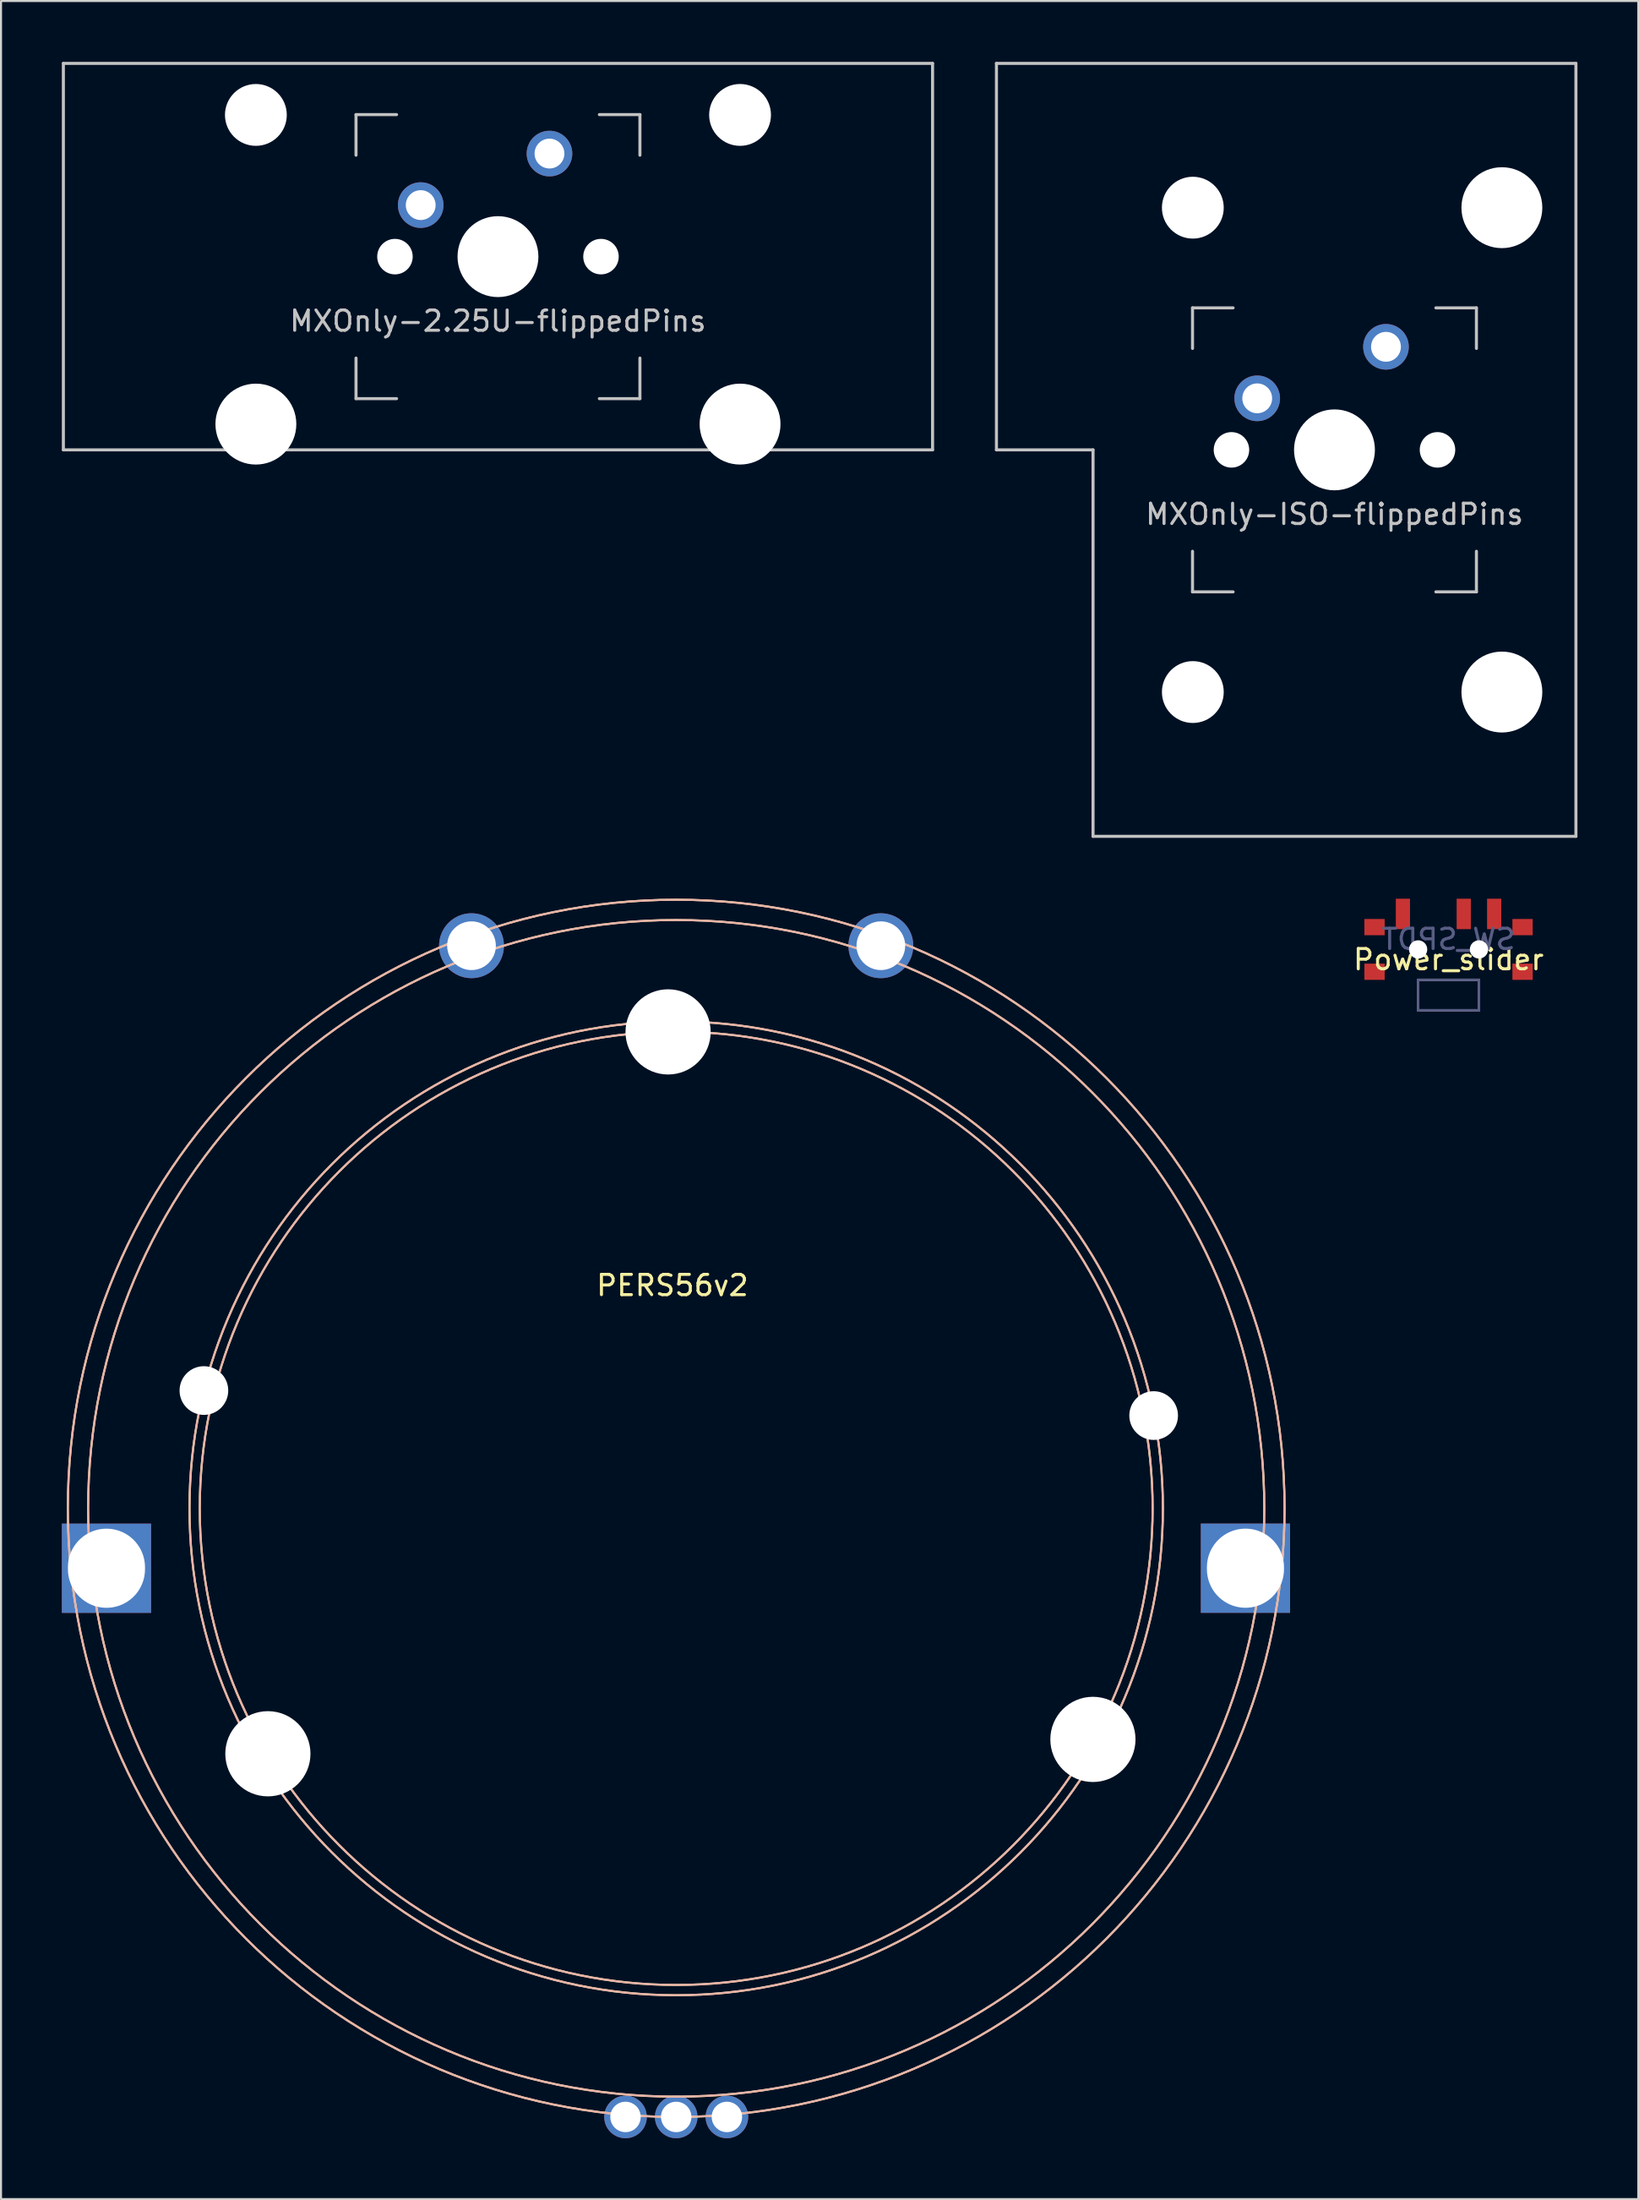
<source format=kicad_pcb>
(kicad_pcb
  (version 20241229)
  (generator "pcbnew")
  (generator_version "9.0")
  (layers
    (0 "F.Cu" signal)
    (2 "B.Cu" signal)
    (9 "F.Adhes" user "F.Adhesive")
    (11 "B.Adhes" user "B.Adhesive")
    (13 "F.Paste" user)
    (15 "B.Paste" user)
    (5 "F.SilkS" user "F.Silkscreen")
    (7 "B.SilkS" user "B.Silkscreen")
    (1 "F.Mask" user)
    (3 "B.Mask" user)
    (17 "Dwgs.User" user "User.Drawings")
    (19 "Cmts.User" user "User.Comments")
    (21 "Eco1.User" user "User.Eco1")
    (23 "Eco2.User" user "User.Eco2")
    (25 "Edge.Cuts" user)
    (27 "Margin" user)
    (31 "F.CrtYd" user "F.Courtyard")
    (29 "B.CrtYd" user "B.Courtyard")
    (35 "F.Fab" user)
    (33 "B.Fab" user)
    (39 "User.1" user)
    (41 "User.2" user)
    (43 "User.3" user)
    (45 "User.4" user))
  (footprint "MXOnly-ISO-flippedPins"
    (layer "F.Cu")
    (at 62.756 19.125)
    (property "Reference" "MXOnly-ISO-flippedPins" (at 0 3.175 0) (layer "Dwgs.User") (effects (font (size 1 1) (thickness 0.15))))
    (attr through_hole)
    (fp_line (start -16.669 -19.05) (end -16.669 0) (stroke (width 0.15) (type solid)) (layer "Dwgs.User"))
    (fp_line (start -16.669 -19.05) (end 11.906 -19.05) (stroke (width 0.15) (type solid)) (layer "Dwgs.User"))
    (fp_line (start -11.906 0) (end -16.669 0) (stroke (width 0.15) (type solid)) (layer "Dwgs.User"))
    (fp_line (start -11.906 19.05) (end -11.906 0) (stroke (width 0.15) (type solid)) (layer "Dwgs.User"))
    (fp_line (start -11.906 19.05) (end 11.906 19.05) (stroke (width 0.15) (type solid)) (layer "Dwgs.User"))
    (fp_line (start -7 -7) (end -7 -5) (stroke (width 0.15) (type solid)) (layer "Dwgs.User"))
    (fp_line (start -7 5) (end -7 7) (stroke (width 0.15) (type solid)) (layer "Dwgs.User"))
    (fp_line (start -7 7) (end -5 7) (stroke (width 0.15) (type solid)) (layer "Dwgs.User"))
    (fp_line (start -5 -7) (end -7 -7) (stroke (width 0.15) (type solid)) (layer "Dwgs.User"))
    (fp_line (start 5 -7) (end 7 -7) (stroke (width 0.15) (type solid)) (layer "Dwgs.User"))
    (fp_line (start 5 7) (end 7 7) (stroke (width 0.15) (type solid)) (layer "Dwgs.User"))
    (fp_line (start 7 -7) (end 7 -5) (stroke (width 0.15) (type solid)) (layer "Dwgs.User"))
    (fp_line (start 7 7) (end 7 5) (stroke (width 0.15) (type solid)) (layer "Dwgs.User"))
    (fp_line (start 11.906 -19.05) (end 11.906 19.05) (stroke (width 0.15) (type solid)) (layer "Dwgs.User"))
    (pad "" np_thru_hole circle (at -6.985 -11.938) (size 3.048 3.048) (drill 3.048) (layers "*.Cu" "*.Mask"))
    (pad "" np_thru_hole circle (at -6.985 11.938) (size 3.048 3.048) (drill 3.048) (layers "*.Cu" "*.Mask"))
    (pad "" np_thru_hole circle (at -5.08 0 48.1) (size 1.75 1.75) (drill 1.75) (layers "*.Cu" "*.Mask"))
    (pad "" np_thru_hole circle (at 0 0) (size 3.988 3.988) (drill 3.988) (layers "*.Cu" "*.Mask"))
    (pad "" np_thru_hole circle (at 5.08 0 48.1) (size 1.75 1.75) (drill 1.75) (layers "*.Cu" "*.Mask"))
    (pad "" np_thru_hole circle (at 8.255 -11.938) (size 3.988 3.988) (drill 3.988) (layers "*.Cu" "*.Mask"))
    (pad "" np_thru_hole circle (at 8.255 11.938) (size 3.988 3.988) (drill 3.988) (layers "*.Cu" "*.Mask"))
    (pad "1" thru_hole circle (at 2.54 -5.08) (size 2.25 2.25) (drill 1.47) (layers "*.Cu" "*.Mask"))
    (pad "2" thru_hole circle (at -3.81 -2.54) (size 2.25 2.25) (drill 1.47) (layers "*.Cu" "*.Mask")))
  (footprint "Power_slider"
    (layer "F.Cu")
    (at 68.381 43.75)
    (property "Reference" "Power_slider" (at 0 0.5 180) (layer "F.SilkS") (effects (font (size 1 1) (thickness 0.15))))
    (fp_poly (pts (xy -4.1 -0.75) (xy -4.1 -1.45) (xy -3.2 -1.45) (xy -3.2 -0.75)) (stroke (width 0.1) (type solid)) (fill yes) (layer "F.Mask"))
    (fp_poly (pts (xy -4.1 1.45) (xy -4.1 0.75) (xy -3.2 0.75) (xy -3.2 1.45)) (stroke (width 0.1) (type solid)) (fill yes) (layer "F.Mask"))
    (fp_poly (pts (xy -2.55 -1.05) (xy -2.55 -2.45) (xy -1.95 -2.45) (xy -1.95 -1.05)) (stroke (width 0.1) (type solid)) (fill yes) (layer "F.Mask"))
    (fp_poly (pts (xy 0.45 -1.05) (xy 0.45 -2.45) (xy 1.05 -2.45) (xy 1.05 -1.05)) (stroke (width 0.1) (type solid)) (fill yes) (layer "F.Mask"))
    (fp_poly (pts (xy 1.95 -1.05) (xy 1.95 -2.45) (xy 2.55 -2.45) (xy 2.55 -1.05)) (stroke (width 0.1) (type solid)) (fill yes) (layer "F.Mask"))
    (fp_poly (pts (xy 3.2 -0.75) (xy 3.2 -1.45) (xy 4.1 -1.45) (xy 4.1 -0.75)) (stroke (width 0.1) (type solid)) (fill yes) (layer "F.Mask"))
    (fp_poly (pts (xy 3.2 1.45) (xy 3.2 0.75) (xy 4.1 0.75) (xy 4.1 1.45)) (stroke (width 0.1) (type solid)) (fill yes) (layer "F.Mask"))
    (fp_line (start -1.5 1.5) (end 1.5 1.5) (stroke (width 0.12) (type solid)) (layer "B.Fab"))
    (fp_line (start -1.5 3) (end -1.5 1.5) (stroke (width 0.12) (type solid)) (layer "B.Fab"))
    (fp_line (start 1.5 1.5) (end 1.5 3) (stroke (width 0.12) (type solid)) (layer "B.Fab"))
    (fp_line (start 1.5 3) (end -1.5 3) (stroke (width 0.12) (type solid)) (layer "B.Fab"))
    (fp_line (start -1.5 1.5) (end -1.5 3) (stroke (width 0.12) (type solid)) (layer "F.Fab"))
    (fp_line (start -1.5 3) (end 1.5 3) (stroke (width 0.12) (type solid)) (layer "F.Fab"))
    (fp_line (start 1.5 1.5) (end -1.5 1.5) (stroke (width 0.12) (type solid)) (layer "F.Fab"))
    (fp_line (start 1.5 3) (end 1.5 1.5) (stroke (width 0.12) (type solid)) (layer "F.Fab"))
    (fp_text user "SW_SPDT" (at 0 -0.5 180) (layer "B.Fab") (effects (font (size 1 1) (thickness 0.15)) (justify mirror)))
    (pad "" smd rect (at -3.65 -1.1) (size 1 0.8) (layers "F.Cu"))
    (pad "" smd rect (at -3.65 1.1) (size 1 0.8) (layers "F.Cu"))
    (pad "" np_thru_hole circle (at -1.5 0 180) (size 0.9 0.9) (drill 0.9) (layers "*.Cu" "*.Mask"))
    (pad "" np_thru_hole circle (at 1.5 0) (size 0.9 0.9) (drill 0.9) (layers "*.Cu" "*.Mask"))
    (pad "" smd rect (at 3.65 -1.1) (size 1 0.8) (layers "F.Cu"))
    (pad "" smd rect (at 3.65 1.1) (size 1 0.8) (layers "F.Cu"))
    (pad "1" smd rect (at -2.25 -1.75) (size 0.7 1.5) (layers "F.Cu"))
    (pad "2" smd rect (at 0.75 -1.75) (size 0.7 1.5) (layers "F.Cu"))
    (pad "3" smd rect (at 2.25 -1.75) (size 0.7 1.5) (layers "F.Cu")))
  (footprint "MXOnly-2.25U-flippedPins"
    (layer "F.Cu")
    (at 21.506 9.6)
    (property "Reference" "MXOnly-2.25U-flippedPins" (at 0 3.175 0) (layer "Dwgs.User") (effects (font (size 1 1) (thickness 0.15))))
    (attr through_hole)
    (fp_line (start -21.431 -9.525) (end 21.431 -9.525) (stroke (width 0.15) (type solid)) (layer "Dwgs.User"))
    (fp_line (start -21.431 9.525) (end -21.431 -9.525) (stroke (width 0.15) (type solid)) (layer "Dwgs.User"))
    (fp_line (start -21.431 9.525) (end 21.431 9.525) (stroke (width 0.15) (type solid)) (layer "Dwgs.User"))
    (fp_line (start -7 -7) (end -7 -5) (stroke (width 0.15) (type solid)) (layer "Dwgs.User"))
    (fp_line (start -7 5) (end -7 7) (stroke (width 0.15) (type solid)) (layer "Dwgs.User"))
    (fp_line (start -7 7) (end -5 7) (stroke (width 0.15) (type solid)) (layer "Dwgs.User"))
    (fp_line (start -5 -7) (end -7 -7) (stroke (width 0.15) (type solid)) (layer "Dwgs.User"))
    (fp_line (start 5 -7) (end 7 -7) (stroke (width 0.15) (type solid)) (layer "Dwgs.User"))
    (fp_line (start 5 7) (end 7 7) (stroke (width 0.15) (type solid)) (layer "Dwgs.User"))
    (fp_line (start 7 -7) (end 7 -5) (stroke (width 0.15) (type solid)) (layer "Dwgs.User"))
    (fp_line (start 7 7) (end 7 5) (stroke (width 0.15) (type solid)) (layer "Dwgs.User"))
    (fp_line (start 21.431 -9.525) (end 21.431 9.525) (stroke (width 0.15) (type solid)) (layer "Dwgs.User"))
    (pad "" np_thru_hole circle (at -11.938 -6.985) (size 3.048 3.048) (drill 3.048) (layers "*.Cu" "*.Mask"))
    (pad "" np_thru_hole circle (at -11.938 8.255) (size 3.988 3.988) (drill 3.988) (layers "*.Cu" "*.Mask"))
    (pad "" np_thru_hole circle (at -5.08 0 48.1) (size 1.75 1.75) (drill 1.75) (layers "*.Cu" "*.Mask"))
    (pad "" np_thru_hole circle (at 0 0) (size 3.988 3.988) (drill 3.988) (layers "*.Cu" "*.Mask"))
    (pad "" np_thru_hole circle (at 5.08 0 48.1) (size 1.75 1.75) (drill 1.75) (layers "*.Cu" "*.Mask"))
    (pad "" np_thru_hole circle (at 11.938 -6.985) (size 3.048 3.048) (drill 3.048) (layers "*.Cu" "*.Mask"))
    (pad "" np_thru_hole circle (at 11.938 8.255) (size 3.988 3.988) (drill 3.988) (layers "*.Cu" "*.Mask"))
    (pad "1" thru_hole circle (at 2.54 -5.08) (size 2.25 2.25) (drill 1.47) (layers "*.Cu" "*.Mask"))
    (pad "2" thru_hole circle (at -3.81 -2.54) (size 2.25 2.25) (drill 1.47) (layers "*.Cu" "*.Mask")))
  (footprint "PERS56v2"
    (layer "F.Cu")
    (at 30.295 71.3)
    (property "Reference" "PERS56v2" (at -0.186 -10.989 0) (unlocked yes) (layer "F.SilkS") (effects (font (size 1 1) (thickness 0.15))))
    (attr through_hole)
    (fp_circle (center 0 0) (end 23.494 0) (stroke (width 0.1) (type solid)) (fill no) (layer "F.SilkS"))
    (fp_circle (center 0 0) (end 24 0) (stroke (width 0.1) (type solid)) (fill no) (layer "F.SilkS"))
    (fp_circle (center 0 0) (end 29 0) (stroke (width 0.1) (type solid)) (fill no) (layer "F.SilkS"))
    (fp_circle (center 0 0) (end 30 0) (stroke (width 0.1) (type solid)) (fill no) (layer "F.SilkS"))
    (fp_circle (center 0 0) (end 23.494 0) (stroke (width 0.1) (type solid)) (fill no) (layer "B.SilkS"))
    (fp_circle (center 0 0) (end 24 0) (stroke (width 0.1) (type solid)) (fill no) (layer "B.SilkS"))
    (fp_circle (center 0 0) (end 29 0) (stroke (width 0.1) (type solid)) (fill no) (layer "B.SilkS"))
    (fp_circle (center 0 0) (end 30 0) (stroke (width 0.1) (type solid)) (fill no) (layer "B.SilkS"))
    (fp_circle (center -28.095 2.953) (end -26.345 2.953) (stroke (width 0.1) (type solid)) (fill no) (layer "User.7"))
    (fp_circle (center -23.29 -5.806) (end -22.19 -5.806) (stroke (width 0.1) (type solid)) (fill no) (layer "User.7"))
    (fp_circle (center -20.135 12.098) (end -18.135 12.098) (stroke (width 0.1) (type solid)) (fill no) (layer "User.7"))
    (fp_circle (center -10.094 -27.733) (end -8.994 -27.733) (stroke (width 0.1) (type solid)) (fill no) (layer "User.7"))
    (fp_circle (center -2.5 30) (end -1.95 30) (stroke (width 0.1) (type solid)) (fill no) (layer "User.7"))
    (fp_circle (center -0.4 -23.485) (end 1.6 -23.485) (stroke (width 0.1) (type solid)) (fill no) (layer "User.7"))
    (fp_circle (center 0 30) (end 0.55 30) (stroke (width 0.1) (type solid)) (fill no) (layer "User.7"))
    (fp_circle (center 2.5 30) (end 3.05 30) (stroke (width 0.1) (type solid)) (fill no) (layer "User.7"))
    (fp_circle (center 10.092 -27.733) (end 11.192 -27.733) (stroke (width 0.1) (type solid)) (fill no) (layer "User.7"))
    (fp_circle (center 20.549 11.39) (end 22.549 11.39) (stroke (width 0.1) (type solid)) (fill no) (layer "User.7"))
    (fp_circle (center 23.544 -4.573) (end 24.644 -4.573) (stroke (width 0.1) (type solid)) (fill no) (layer "User.7"))
    (fp_circle (center 28.071 2.951) (end 29.821 2.951) (stroke (width 0.1) (type solid)) (fill no) (layer "User.7"))
    (fp_line (start 0 -30) (end 0 30) (stroke (width 0.1) (type solid)) (layer "User.8"))
    (fp_line (start 0 0) (end -29.836 3.136) (stroke (width 0.1) (type solid)) (layer "User.8"))
    (fp_line (start 0 0) (end -29.052 -7.243) (stroke (width 0.1) (type solid)) (layer "User.8"))
    (fp_line (start 0 0) (end -25.715 15.451) (stroke (width 0.1) (type solid)) (layer "User.8"))
    (fp_line (start 0 0) (end -10.261 -28.191) (stroke (width 0.1) (type solid)) (layer "User.8"))
    (fp_line (start 0 0) (end -0.524 -29.995) (stroke (width 0.1) (type solid)) (layer "User.8"))
    (fp_line (start 0 0) (end 10.261 -28.191) (stroke (width 0.1) (type solid)) (layer "User.8"))
    (fp_line (start 0 0) (end 26.239 14.544) (stroke (width 0.1) (type solid)) (layer "User.8"))
    (fp_line (start 0 0) (end 29.455 -5.725) (stroke (width 0.1) (type solid)) (layer "User.8"))
    (fp_line (start 0 0) (end 29.95 3.148) (stroke (width 0.1) (type solid)) (layer "User.8"))
    (fp_line (start 0 0) (end 30 0) (stroke (width 0.1) (type solid)) (layer "User.8"))
    (pad "" np_thru_hole circle (at -23.29 -5.806) (size 2.4 2.4) (drill 2.4) (layers "*.Cu" "*.Mask"))
    (pad "" np_thru_hole circle (at -20.135 12.098) (size 4.2 4.2) (drill 4.2) (layers "*.Cu" "*.Mask"))
    (pad "" thru_hole circle (at -10.094 -27.733) (size 3.2 3.2) (drill 2.4) (layers "*.Cu" "*.Mask"))
    (pad "" np_thru_hole circle (at -0.4 -23.485) (size 4.2 4.2) (drill 4.2) (layers "*.Cu" "*.Mask"))
    (pad "" thru_hole circle (at 10.092 -27.733) (size 3.2 3.2) (drill 2.4) (layers "*.Cu" "*.Mask"))
    (pad "" np_thru_hole circle (at 20.549 11.39) (size 4.2 4.2) (drill 4.2) (layers "*.Cu" "*.Mask"))
    (pad "" np_thru_hole circle (at 23.544 -4.573) (size 2.4 2.4) (drill 2.4) (layers "*.Cu" "*.Mask"))
    (pad "A" thru_hole circle (at -2.5 30) (size 2.1 2.1) (drill 1.5) (layers "*.Cu" "*.Mask"))
    (pad "B" thru_hole circle (at 2.5 30) (size 2.1 2.1) (drill 1.5) (layers "*.Cu" "*.Mask"))
    (pad "C" thru_hole circle (at 0 30) (size 2.1 2.1) (drill 1.5) (layers "*.Cu" "*.Mask"))
    (pad "MP" thru_hole rect (at -28.095 2.953) (size 4.4 4.4) (drill oval 3.8 3.9) (layers "*.Cu" "*.Mask"))
    (pad "MP" thru_hole rect (at 28.071 2.951) (size 4.4 4.4) (drill oval 3.8 3.9) (layers "*.Cu" "*.Mask")))
  (gr_rect
    (start -3 -3)
    (end 77.737 105.35)
    (stroke (width 0.1) (type default))
    (fill no)
    (layer "Edge.Cuts")))
</source>
